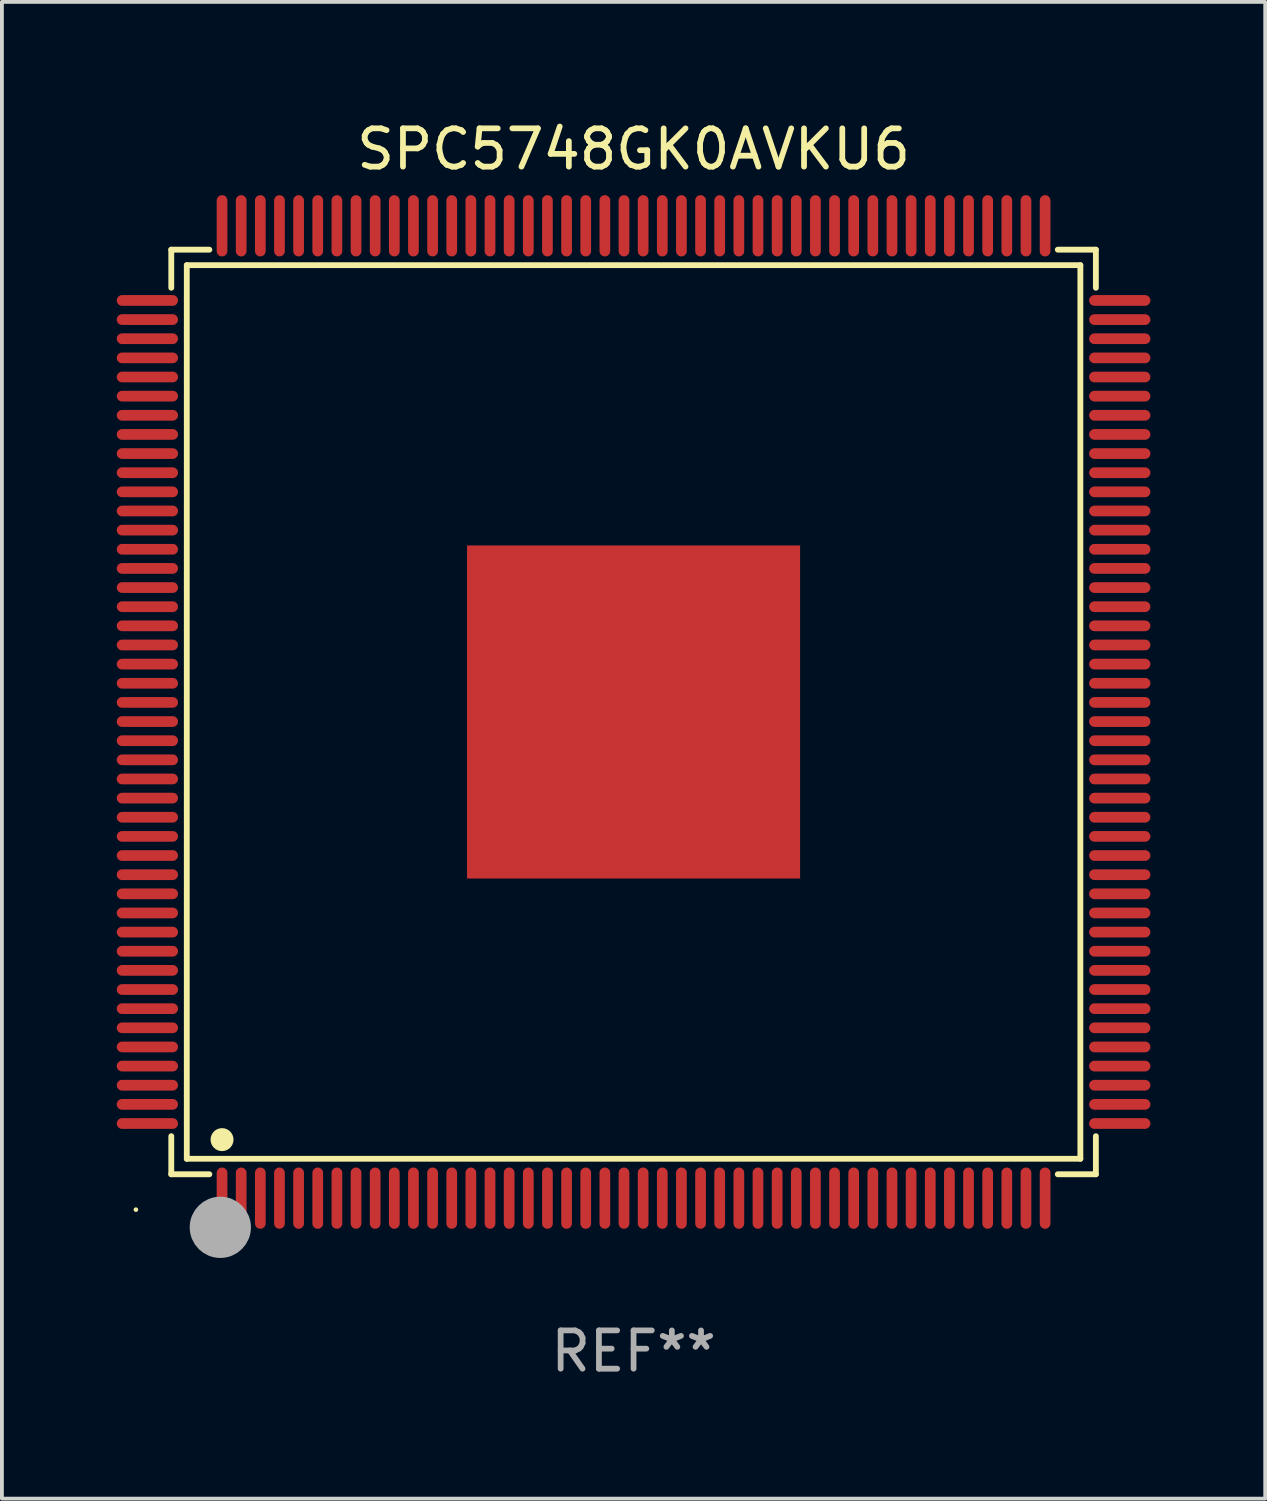
<source format=kicad_pcb>
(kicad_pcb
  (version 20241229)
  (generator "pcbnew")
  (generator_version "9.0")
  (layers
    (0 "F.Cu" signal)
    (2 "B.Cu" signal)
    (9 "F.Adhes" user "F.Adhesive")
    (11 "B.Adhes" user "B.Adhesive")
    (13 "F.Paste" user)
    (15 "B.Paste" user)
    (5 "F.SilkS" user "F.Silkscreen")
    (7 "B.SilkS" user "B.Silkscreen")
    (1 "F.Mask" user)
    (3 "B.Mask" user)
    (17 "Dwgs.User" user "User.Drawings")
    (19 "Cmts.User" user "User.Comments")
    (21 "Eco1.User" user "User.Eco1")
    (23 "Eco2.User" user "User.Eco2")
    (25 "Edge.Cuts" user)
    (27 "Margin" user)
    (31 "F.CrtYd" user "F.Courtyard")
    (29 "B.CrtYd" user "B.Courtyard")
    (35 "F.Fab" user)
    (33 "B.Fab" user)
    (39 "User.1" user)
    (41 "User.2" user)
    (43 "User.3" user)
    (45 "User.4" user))
  (footprint "SPC5748GK0AVKU6"
    (layer "F.Cu")
    (at 13.5 15.548)
    (property "Reference" "SPC5748GK0AVKU6" (at 0 -14.7 0) (layer "F.SilkS") (effects (font (size 1 1) (thickness 0.15))))
    (attr through_hole)
    (fp_line (start -12.076 -12.076) (end -11.081 -12.076) (stroke (width 0.152) (type solid)) (layer "F.SilkS"))
    (fp_line (start -12.076 -11.081) (end -12.076 -12.076) (stroke (width 0.152) (type solid)) (layer "F.SilkS"))
    (fp_line (start -12.076 11.081) (end -12.076 12.076) (stroke (width 0.152) (type solid)) (layer "F.SilkS"))
    (fp_line (start -12.076 12.076) (end -11.081 12.076) (stroke (width 0.152) (type solid)) (layer "F.SilkS"))
    (fp_line (start -11.671 -11.671) (end 11.671 -11.671) (stroke (width 0.152) (type solid)) (layer "F.SilkS"))
    (fp_line (start -11.671 11.671) (end -11.671 -11.671) (stroke (width 0.152) (type solid)) (layer "F.SilkS"))
    (fp_line (start 11.671 -11.671) (end 11.671 11.671) (stroke (width 0.152) (type solid)) (layer "F.SilkS"))
    (fp_line (start 11.671 11.671) (end -11.671 11.671) (stroke (width 0.152) (type solid)) (layer "F.SilkS"))
    (fp_line (start 12.076 -12.076) (end 11.081 -12.076) (stroke (width 0.152) (type solid)) (layer "F.SilkS"))
    (fp_line (start 12.076 -11.081) (end 12.076 -12.076) (stroke (width 0.152) (type solid)) (layer "F.SilkS"))
    (fp_line (start 12.076 11.081) (end 12.076 12.076) (stroke (width 0.152) (type solid)) (layer "F.SilkS"))
    (fp_line (start 12.076 12.076) (end 11.081 12.076) (stroke (width 0.152) (type solid)) (layer "F.SilkS"))
    (fp_circle (center -13 13) (end -12.97 13) (stroke (width 0.06) (type solid)) (fill no) (layer "F.SilkS"))
    (fp_circle (center -10.75 11.171) (end -10.6 11.171) (stroke (width 0.3) (type solid)) (fill no) (layer "F.SilkS"))
    (fp_circle (center -10.75 13.8) (end -10.65 13.8) (stroke (width 0.2) (type solid)) (fill no) (layer "F.SilkS"))
    (fp_circle (center -10.795 13.462) (end -10.395 13.462) (stroke (width 0.8) (type solid)) (fill no) (layer "F.Fab"))
    (fp_text user "REF**" (at 0 16.7 0) (layer "F.Fab") (effects (font (size 1 1) (thickness 0.15))))
    (pad "1" smd oval (at -10.75 12.7) (size 0.28 1.6) (layers "F.Cu" "F.Mask" "F.Paste"))
    (pad "2" smd oval (at -10.25 12.7) (size 0.28 1.6) (layers "F.Cu" "F.Mask" "F.Paste"))
    (pad "3" smd oval (at -9.75 12.7) (size 0.28 1.6) (layers "F.Cu" "F.Mask" "F.Paste"))
    (pad "4" smd oval (at -9.25 12.7) (size 0.28 1.6) (layers "F.Cu" "F.Mask" "F.Paste"))
    (pad "5" smd oval (at -8.75 12.7) (size 0.28 1.6) (layers "F.Cu" "F.Mask" "F.Paste"))
    (pad "6" smd oval (at -8.25 12.7) (size 0.28 1.6) (layers "F.Cu" "F.Mask" "F.Paste"))
    (pad "7" smd oval (at -7.75 12.7) (size 0.28 1.6) (layers "F.Cu" "F.Mask" "F.Paste"))
    (pad "8" smd oval (at -7.25 12.7) (size 0.28 1.6) (layers "F.Cu" "F.Mask" "F.Paste"))
    (pad "9" smd oval (at -6.75 12.7) (size 0.28 1.6) (layers "F.Cu" "F.Mask" "F.Paste"))
    (pad "10" smd oval (at -6.25 12.7) (size 0.28 1.6) (layers "F.Cu" "F.Mask" "F.Paste"))
    (pad "11" smd oval (at -5.75 12.7) (size 0.28 1.6) (layers "F.Cu" "F.Mask" "F.Paste"))
    (pad "12" smd oval (at -5.25 12.7) (size 0.28 1.6) (layers "F.Cu" "F.Mask" "F.Paste"))
    (pad "13" smd oval (at -4.75 12.7) (size 0.28 1.6) (layers "F.Cu" "F.Mask" "F.Paste"))
    (pad "14" smd oval (at -4.25 12.7) (size 0.28 1.6) (layers "F.Cu" "F.Mask" "F.Paste"))
    (pad "15" smd oval (at -3.75 12.7) (size 0.28 1.6) (layers "F.Cu" "F.Mask" "F.Paste"))
    (pad "16" smd oval (at -3.25 12.7) (size 0.28 1.6) (layers "F.Cu" "F.Mask" "F.Paste"))
    (pad "17" smd oval (at -2.75 12.7) (size 0.28 1.6) (layers "F.Cu" "F.Mask" "F.Paste"))
    (pad "18" smd oval (at -2.25 12.7) (size 0.28 1.6) (layers "F.Cu" "F.Mask" "F.Paste"))
    (pad "19" smd oval (at -1.75 12.7) (size 0.28 1.6) (layers "F.Cu" "F.Mask" "F.Paste"))
    (pad "20" smd oval (at -1.25 12.7) (size 0.28 1.6) (layers "F.Cu" "F.Mask" "F.Paste"))
    (pad "21" smd oval (at -0.75 12.7) (size 0.28 1.6) (layers "F.Cu" "F.Mask" "F.Paste"))
    (pad "22" smd oval (at -0.25 12.7) (size 0.28 1.6) (layers "F.Cu" "F.Mask" "F.Paste"))
    (pad "23" smd oval (at 0.25 12.7) (size 0.28 1.6) (layers "F.Cu" "F.Mask" "F.Paste"))
    (pad "24" smd oval (at 0.75 12.7) (size 0.28 1.6) (layers "F.Cu" "F.Mask" "F.Paste"))
    (pad "25" smd oval (at 1.25 12.7) (size 0.28 1.6) (layers "F.Cu" "F.Mask" "F.Paste"))
    (pad "26" smd oval (at 1.75 12.7) (size 0.28 1.6) (layers "F.Cu" "F.Mask" "F.Paste"))
    (pad "27" smd oval (at 2.25 12.7) (size 0.28 1.6) (layers "F.Cu" "F.Mask" "F.Paste"))
    (pad "28" smd oval (at 2.75 12.7) (size 0.28 1.6) (layers "F.Cu" "F.Mask" "F.Paste"))
    (pad "29" smd oval (at 3.25 12.7) (size 0.28 1.6) (layers "F.Cu" "F.Mask" "F.Paste"))
    (pad "30" smd oval (at 3.75 12.7) (size 0.28 1.6) (layers "F.Cu" "F.Mask" "F.Paste"))
    (pad "31" smd oval (at 4.25 12.7) (size 0.28 1.6) (layers "F.Cu" "F.Mask" "F.Paste"))
    (pad "32" smd oval (at 4.75 12.7) (size 0.28 1.6) (layers "F.Cu" "F.Mask" "F.Paste"))
    (pad "33" smd oval (at 5.25 12.7) (size 0.28 1.6) (layers "F.Cu" "F.Mask" "F.Paste"))
    (pad "34" smd oval (at 5.75 12.7) (size 0.28 1.6) (layers "F.Cu" "F.Mask" "F.Paste"))
    (pad "35" smd oval (at 6.25 12.7) (size 0.28 1.6) (layers "F.Cu" "F.Mask" "F.Paste"))
    (pad "36" smd oval (at 6.75 12.7) (size 0.28 1.6) (layers "F.Cu" "F.Mask" "F.Paste"))
    (pad "37" smd oval (at 7.25 12.7) (size 0.28 1.6) (layers "F.Cu" "F.Mask" "F.Paste"))
    (pad "38" smd oval (at 7.75 12.7) (size 0.28 1.6) (layers "F.Cu" "F.Mask" "F.Paste"))
    (pad "39" smd oval (at 8.25 12.7) (size 0.28 1.6) (layers "F.Cu" "F.Mask" "F.Paste"))
    (pad "40" smd oval (at 8.75 12.7) (size 0.28 1.6) (layers "F.Cu" "F.Mask" "F.Paste"))
    (pad "41" smd oval (at 9.25 12.7) (size 0.28 1.6) (layers "F.Cu" "F.Mask" "F.Paste"))
    (pad "42" smd oval (at 9.75 12.7) (size 0.28 1.6) (layers "F.Cu" "F.Mask" "F.Paste"))
    (pad "43" smd oval (at 10.25 12.7) (size 0.28 1.6) (layers "F.Cu" "F.Mask" "F.Paste"))
    (pad "44" smd oval (at 10.75 12.7) (size 0.28 1.6) (layers "F.Cu" "F.Mask" "F.Paste"))
    (pad "45" smd oval (at 12.7 10.75) (size 1.6 0.28) (layers "F.Cu" "F.Mask" "F.Paste"))
    (pad "46" smd oval (at 12.7 10.25) (size 1.6 0.28) (layers "F.Cu" "F.Mask" "F.Paste"))
    (pad "47" smd oval (at 12.7 9.75) (size 1.6 0.28) (layers "F.Cu" "F.Mask" "F.Paste"))
    (pad "48" smd oval (at 12.7 9.25) (size 1.6 0.28) (layers "F.Cu" "F.Mask" "F.Paste"))
    (pad "49" smd oval (at 12.7 8.75) (size 1.6 0.28) (layers "F.Cu" "F.Mask" "F.Paste"))
    (pad "50" smd oval (at 12.7 8.25) (size 1.6 0.28) (layers "F.Cu" "F.Mask" "F.Paste"))
    (pad "51" smd oval (at 12.7 7.75) (size 1.6 0.28) (layers "F.Cu" "F.Mask" "F.Paste"))
    (pad "52" smd oval (at 12.7 7.25) (size 1.6 0.28) (layers "F.Cu" "F.Mask" "F.Paste"))
    (pad "53" smd oval (at 12.7 6.75) (size 1.6 0.28) (layers "F.Cu" "F.Mask" "F.Paste"))
    (pad "54" smd oval (at 12.7 6.25) (size 1.6 0.28) (layers "F.Cu" "F.Mask" "F.Paste"))
    (pad "55" smd oval (at 12.7 5.75) (size 1.6 0.28) (layers "F.Cu" "F.Mask" "F.Paste"))
    (pad "56" smd oval (at 12.7 5.25) (size 1.6 0.28) (layers "F.Cu" "F.Mask" "F.Paste"))
    (pad "57" smd oval (at 12.7 4.75) (size 1.6 0.28) (layers "F.Cu" "F.Mask" "F.Paste"))
    (pad "58" smd oval (at 12.7 4.25) (size 1.6 0.28) (layers "F.Cu" "F.Mask" "F.Paste"))
    (pad "59" smd oval (at 12.7 3.75) (size 1.6 0.28) (layers "F.Cu" "F.Mask" "F.Paste"))
    (pad "60" smd oval (at 12.7 3.25) (size 1.6 0.28) (layers "F.Cu" "F.Mask" "F.Paste"))
    (pad "61" smd oval (at 12.7 2.75) (size 1.6 0.28) (layers "F.Cu" "F.Mask" "F.Paste"))
    (pad "62" smd oval (at 12.7 2.25) (size 1.6 0.28) (layers "F.Cu" "F.Mask" "F.Paste"))
    (pad "63" smd oval (at 12.7 1.75) (size 1.6 0.28) (layers "F.Cu" "F.Mask" "F.Paste"))
    (pad "64" smd oval (at 12.7 1.25) (size 1.6 0.28) (layers "F.Cu" "F.Mask" "F.Paste"))
    (pad "65" smd oval (at 12.7 0.75) (size 1.6 0.28) (layers "F.Cu" "F.Mask" "F.Paste"))
    (pad "66" smd oval (at 12.7 0.25) (size 1.6 0.28) (layers "F.Cu" "F.Mask" "F.Paste"))
    (pad "67" smd oval (at 12.7 -0.25) (size 1.6 0.28) (layers "F.Cu" "F.Mask" "F.Paste"))
    (pad "68" smd oval (at 12.7 -0.75) (size 1.6 0.28) (layers "F.Cu" "F.Mask" "F.Paste"))
    (pad "69" smd oval (at 12.7 -1.25) (size 1.6 0.28) (layers "F.Cu" "F.Mask" "F.Paste"))
    (pad "70" smd oval (at 12.7 -1.75) (size 1.6 0.28) (layers "F.Cu" "F.Mask" "F.Paste"))
    (pad "71" smd oval (at 12.7 -2.25) (size 1.6 0.28) (layers "F.Cu" "F.Mask" "F.Paste"))
    (pad "72" smd oval (at 12.7 -2.75) (size 1.6 0.28) (layers "F.Cu" "F.Mask" "F.Paste"))
    (pad "73" smd oval (at 12.7 -3.25) (size 1.6 0.28) (layers "F.Cu" "F.Mask" "F.Paste"))
    (pad "74" smd oval (at 12.7 -3.75) (size 1.6 0.28) (layers "F.Cu" "F.Mask" "F.Paste"))
    (pad "75" smd oval (at 12.7 -4.25) (size 1.6 0.28) (layers "F.Cu" "F.Mask" "F.Paste"))
    (pad "76" smd oval (at 12.7 -4.75) (size 1.6 0.28) (layers "F.Cu" "F.Mask" "F.Paste"))
    (pad "77" smd oval (at 12.7 -5.25) (size 1.6 0.28) (layers "F.Cu" "F.Mask" "F.Paste"))
    (pad "78" smd oval (at 12.7 -5.75) (size 1.6 0.28) (layers "F.Cu" "F.Mask" "F.Paste"))
    (pad "79" smd oval (at 12.7 -6.25) (size 1.6 0.28) (layers "F.Cu" "F.Mask" "F.Paste"))
    (pad "80" smd oval (at 12.7 -6.75) (size 1.6 0.28) (layers "F.Cu" "F.Mask" "F.Paste"))
    (pad "81" smd oval (at 12.7 -7.25) (size 1.6 0.28) (layers "F.Cu" "F.Mask" "F.Paste"))
    (pad "82" smd oval (at 12.7 -7.75) (size 1.6 0.28) (layers "F.Cu" "F.Mask" "F.Paste"))
    (pad "83" smd oval (at 12.7 -8.25) (size 1.6 0.28) (layers "F.Cu" "F.Mask" "F.Paste"))
    (pad "84" smd oval (at 12.7 -8.75) (size 1.6 0.28) (layers "F.Cu" "F.Mask" "F.Paste"))
    (pad "85" smd oval (at 12.7 -9.25) (size 1.6 0.28) (layers "F.Cu" "F.Mask" "F.Paste"))
    (pad "86" smd oval (at 12.7 -9.75) (size 1.6 0.28) (layers "F.Cu" "F.Mask" "F.Paste"))
    (pad "87" smd oval (at 12.7 -10.25) (size 1.6 0.28) (layers "F.Cu" "F.Mask" "F.Paste"))
    (pad "88" smd oval (at 12.7 -10.75) (size 1.6 0.28) (layers "F.Cu" "F.Mask" "F.Paste"))
    (pad "89" smd oval (at 10.75 -12.7) (size 0.28 1.6) (layers "F.Cu" "F.Mask" "F.Paste"))
    (pad "90" smd oval (at 10.25 -12.7) (size 0.28 1.6) (layers "F.Cu" "F.Mask" "F.Paste"))
    (pad "91" smd oval (at 9.75 -12.7) (size 0.28 1.6) (layers "F.Cu" "F.Mask" "F.Paste"))
    (pad "92" smd oval (at 9.25 -12.7) (size 0.28 1.6) (layers "F.Cu" "F.Mask" "F.Paste"))
    (pad "93" smd oval (at 8.75 -12.7) (size 0.28 1.6) (layers "F.Cu" "F.Mask" "F.Paste"))
    (pad "94" smd oval (at 8.25 -12.7) (size 0.28 1.6) (layers "F.Cu" "F.Mask" "F.Paste"))
    (pad "95" smd oval (at 7.75 -12.7) (size 0.28 1.6) (layers "F.Cu" "F.Mask" "F.Paste"))
    (pad "96" smd oval (at 7.25 -12.7) (size 0.28 1.6) (layers "F.Cu" "F.Mask" "F.Paste"))
    (pad "97" smd oval (at 6.75 -12.7) (size 0.28 1.6) (layers "F.Cu" "F.Mask" "F.Paste"))
    (pad "98" smd oval (at 6.25 -12.7) (size 0.28 1.6) (layers "F.Cu" "F.Mask" "F.Paste"))
    (pad "99" smd oval (at 5.75 -12.7) (size 0.28 1.6) (layers "F.Cu" "F.Mask" "F.Paste"))
    (pad "100" smd oval (at 5.25 -12.7) (size 0.28 1.6) (layers "F.Cu" "F.Mask" "F.Paste"))
    (pad "101" smd oval (at 4.75 -12.7) (size 0.28 1.6) (layers "F.Cu" "F.Mask" "F.Paste"))
    (pad "102" smd oval (at 4.25 -12.7) (size 0.28 1.6) (layers "F.Cu" "F.Mask" "F.Paste"))
    (pad "103" smd oval (at 3.75 -12.7) (size 0.28 1.6) (layers "F.Cu" "F.Mask" "F.Paste"))
    (pad "104" smd oval (at 3.25 -12.7) (size 0.28 1.6) (layers "F.Cu" "F.Mask" "F.Paste"))
    (pad "105" smd oval (at 2.75 -12.7) (size 0.28 1.6) (layers "F.Cu" "F.Mask" "F.Paste"))
    (pad "106" smd oval (at 2.25 -12.7) (size 0.28 1.6) (layers "F.Cu" "F.Mask" "F.Paste"))
    (pad "107" smd oval (at 1.75 -12.7) (size 0.28 1.6) (layers "F.Cu" "F.Mask" "F.Paste"))
    (pad "108" smd oval (at 1.25 -12.7) (size 0.28 1.6) (layers "F.Cu" "F.Mask" "F.Paste"))
    (pad "109" smd oval (at 0.75 -12.7) (size 0.28 1.6) (layers "F.Cu" "F.Mask" "F.Paste"))
    (pad "110" smd oval (at 0.25 -12.7) (size 0.28 1.6) (layers "F.Cu" "F.Mask" "F.Paste"))
    (pad "111" smd oval (at -0.25 -12.7) (size 0.28 1.6) (layers "F.Cu" "F.Mask" "F.Paste"))
    (pad "112" smd oval (at -0.75 -12.7) (size 0.28 1.6) (layers "F.Cu" "F.Mask" "F.Paste"))
    (pad "113" smd oval (at -1.25 -12.7) (size 0.28 1.6) (layers "F.Cu" "F.Mask" "F.Paste"))
    (pad "114" smd oval (at -1.75 -12.7) (size 0.28 1.6) (layers "F.Cu" "F.Mask" "F.Paste"))
    (pad "115" smd oval (at -2.25 -12.7) (size 0.28 1.6) (layers "F.Cu" "F.Mask" "F.Paste"))
    (pad "116" smd oval (at -2.75 -12.7) (size 0.28 1.6) (layers "F.Cu" "F.Mask" "F.Paste"))
    (pad "117" smd oval (at -3.25 -12.7) (size 0.28 1.6) (layers "F.Cu" "F.Mask" "F.Paste"))
    (pad "118" smd oval (at -3.75 -12.7) (size 0.28 1.6) (layers "F.Cu" "F.Mask" "F.Paste"))
    (pad "119" smd oval (at -4.25 -12.7) (size 0.28 1.6) (layers "F.Cu" "F.Mask" "F.Paste"))
    (pad "120" smd oval (at -4.75 -12.7) (size 0.28 1.6) (layers "F.Cu" "F.Mask" "F.Paste"))
    (pad "121" smd oval (at -5.25 -12.7) (size 0.28 1.6) (layers "F.Cu" "F.Mask" "F.Paste"))
    (pad "122" smd oval (at -5.75 -12.7) (size 0.28 1.6) (layers "F.Cu" "F.Mask" "F.Paste"))
    (pad "123" smd oval (at -6.25 -12.7) (size 0.28 1.6) (layers "F.Cu" "F.Mask" "F.Paste"))
    (pad "124" smd oval (at -6.75 -12.7) (size 0.28 1.6) (layers "F.Cu" "F.Mask" "F.Paste"))
    (pad "125" smd oval (at -7.25 -12.7) (size 0.28 1.6) (layers "F.Cu" "F.Mask" "F.Paste"))
    (pad "126" smd oval (at -7.75 -12.7) (size 0.28 1.6) (layers "F.Cu" "F.Mask" "F.Paste"))
    (pad "127" smd oval (at -8.25 -12.7) (size 0.28 1.6) (layers "F.Cu" "F.Mask" "F.Paste"))
    (pad "128" smd oval (at -8.75 -12.7) (size 0.28 1.6) (layers "F.Cu" "F.Mask" "F.Paste"))
    (pad "129" smd oval (at -9.25 -12.7) (size 0.28 1.6) (layers "F.Cu" "F.Mask" "F.Paste"))
    (pad "130" smd oval (at -9.75 -12.7) (size 0.28 1.6) (layers "F.Cu" "F.Mask" "F.Paste"))
    (pad "131" smd oval (at -10.25 -12.7) (size 0.28 1.6) (layers "F.Cu" "F.Mask" "F.Paste"))
    (pad "132" smd oval (at -10.75 -12.7) (size 0.28 1.6) (layers "F.Cu" "F.Mask" "F.Paste"))
    (pad "133" smd oval (at -12.7 -10.75) (size 1.6 0.28) (layers "F.Cu" "F.Mask" "F.Paste"))
    (pad "134" smd oval (at -12.7 -10.25) (size 1.6 0.28) (layers "F.Cu" "F.Mask" "F.Paste"))
    (pad "135" smd oval (at -12.7 -9.75) (size 1.6 0.28) (layers "F.Cu" "F.Mask" "F.Paste"))
    (pad "136" smd oval (at -12.7 -9.25) (size 1.6 0.28) (layers "F.Cu" "F.Mask" "F.Paste"))
    (pad "137" smd oval (at -12.7 -8.75) (size 1.6 0.28) (layers "F.Cu" "F.Mask" "F.Paste"))
    (pad "138" smd oval (at -12.7 -8.25) (size 1.6 0.28) (layers "F.Cu" "F.Mask" "F.Paste"))
    (pad "139" smd oval (at -12.7 -7.75) (size 1.6 0.28) (layers "F.Cu" "F.Mask" "F.Paste"))
    (pad "140" smd oval (at -12.7 -7.25) (size 1.6 0.28) (layers "F.Cu" "F.Mask" "F.Paste"))
    (pad "141" smd oval (at -12.7 -6.75) (size 1.6 0.28) (layers "F.Cu" "F.Mask" "F.Paste"))
    (pad "142" smd oval (at -12.7 -6.25) (size 1.6 0.28) (layers "F.Cu" "F.Mask" "F.Paste"))
    (pad "143" smd oval (at -12.7 -5.75) (size 1.6 0.28) (layers "F.Cu" "F.Mask" "F.Paste"))
    (pad "144" smd oval (at -12.7 -5.25) (size 1.6 0.28) (layers "F.Cu" "F.Mask" "F.Paste"))
    (pad "145" smd oval (at -12.7 -4.75) (size 1.6 0.28) (layers "F.Cu" "F.Mask" "F.Paste"))
    (pad "146" smd oval (at -12.7 -4.25) (size 1.6 0.28) (layers "F.Cu" "F.Mask" "F.Paste"))
    (pad "147" smd oval (at -12.7 -3.75) (size 1.6 0.28) (layers "F.Cu" "F.Mask" "F.Paste"))
    (pad "148" smd oval (at -12.7 -3.25) (size 1.6 0.28) (layers "F.Cu" "F.Mask" "F.Paste"))
    (pad "149" smd oval (at -12.7 -2.75) (size 1.6 0.28) (layers "F.Cu" "F.Mask" "F.Paste"))
    (pad "150" smd oval (at -12.7 -2.25) (size 1.6 0.28) (layers "F.Cu" "F.Mask" "F.Paste"))
    (pad "151" smd oval (at -12.7 -1.75) (size 1.6 0.28) (layers "F.Cu" "F.Mask" "F.Paste"))
    (pad "152" smd oval (at -12.7 -1.25) (size 1.6 0.28) (layers "F.Cu" "F.Mask" "F.Paste"))
    (pad "153" smd oval (at -12.7 -0.75) (size 1.6 0.28) (layers "F.Cu" "F.Mask" "F.Paste"))
    (pad "154" smd oval (at -12.7 -0.25) (size 1.6 0.28) (layers "F.Cu" "F.Mask" "F.Paste"))
    (pad "155" smd oval (at -12.7 0.25) (size 1.6 0.28) (layers "F.Cu" "F.Mask" "F.Paste"))
    (pad "156" smd oval (at -12.7 0.75) (size 1.6 0.28) (layers "F.Cu" "F.Mask" "F.Paste"))
    (pad "157" smd oval (at -12.7 1.25) (size 1.6 0.28) (layers "F.Cu" "F.Mask" "F.Paste"))
    (pad "158" smd oval (at -12.7 1.75) (size 1.6 0.28) (layers "F.Cu" "F.Mask" "F.Paste"))
    (pad "159" smd oval (at -12.7 2.25) (size 1.6 0.28) (layers "F.Cu" "F.Mask" "F.Paste"))
    (pad "160" smd oval (at -12.7 2.75) (size 1.6 0.28) (layers "F.Cu" "F.Mask" "F.Paste"))
    (pad "161" smd oval (at -12.7 3.25) (size 1.6 0.28) (layers "F.Cu" "F.Mask" "F.Paste"))
    (pad "162" smd oval (at -12.7 3.75) (size 1.6 0.28) (layers "F.Cu" "F.Mask" "F.Paste"))
    (pad "163" smd oval (at -12.7 4.25) (size 1.6 0.28) (layers "F.Cu" "F.Mask" "F.Paste"))
    (pad "164" smd oval (at -12.7 4.75) (size 1.6 0.28) (layers "F.Cu" "F.Mask" "F.Paste"))
    (pad "165" smd oval (at -12.7 5.25) (size 1.6 0.28) (layers "F.Cu" "F.Mask" "F.Paste"))
    (pad "166" smd oval (at -12.7 5.75) (size 1.6 0.28) (layers "F.Cu" "F.Mask" "F.Paste"))
    (pad "167" smd oval (at -12.7 6.25) (size 1.6 0.28) (layers "F.Cu" "F.Mask" "F.Paste"))
    (pad "168" smd oval (at -12.7 6.75) (size 1.6 0.28) (layers "F.Cu" "F.Mask" "F.Paste"))
    (pad "169" smd oval (at -12.7 7.25) (size 1.6 0.28) (layers "F.Cu" "F.Mask" "F.Paste"))
    (pad "170" smd oval (at -12.7 7.75) (size 1.6 0.28) (layers "F.Cu" "F.Mask" "F.Paste"))
    (pad "171" smd oval (at -12.7 8.25) (size 1.6 0.28) (layers "F.Cu" "F.Mask" "F.Paste"))
    (pad "172" smd oval (at -12.7 8.75) (size 1.6 0.28) (layers "F.Cu" "F.Mask" "F.Paste"))
    (pad "173" smd oval (at -12.7 9.25) (size 1.6 0.28) (layers "F.Cu" "F.Mask" "F.Paste"))
    (pad "174" smd oval (at -12.7 9.75) (size 1.6 0.28) (layers "F.Cu" "F.Mask" "F.Paste"))
    (pad "175" smd oval (at -12.7 10.25) (size 1.6 0.28) (layers "F.Cu" "F.Mask" "F.Paste"))
    (pad "176" smd oval (at -12.7 10.75) (size 1.6 0.28) (layers "F.Cu" "F.Mask" "F.Paste"))
    (pad "177" smd rect (at 0 0) (size 8.7 8.7) (layers "F.Cu" "F.Mask" "F.Paste")))
  (gr_rect
    (start -3 -3)
    (end 30 36.097)
    (stroke (width 0.1) (type default))
    (fill no)
    (layer "Edge.Cuts")))
</source>
